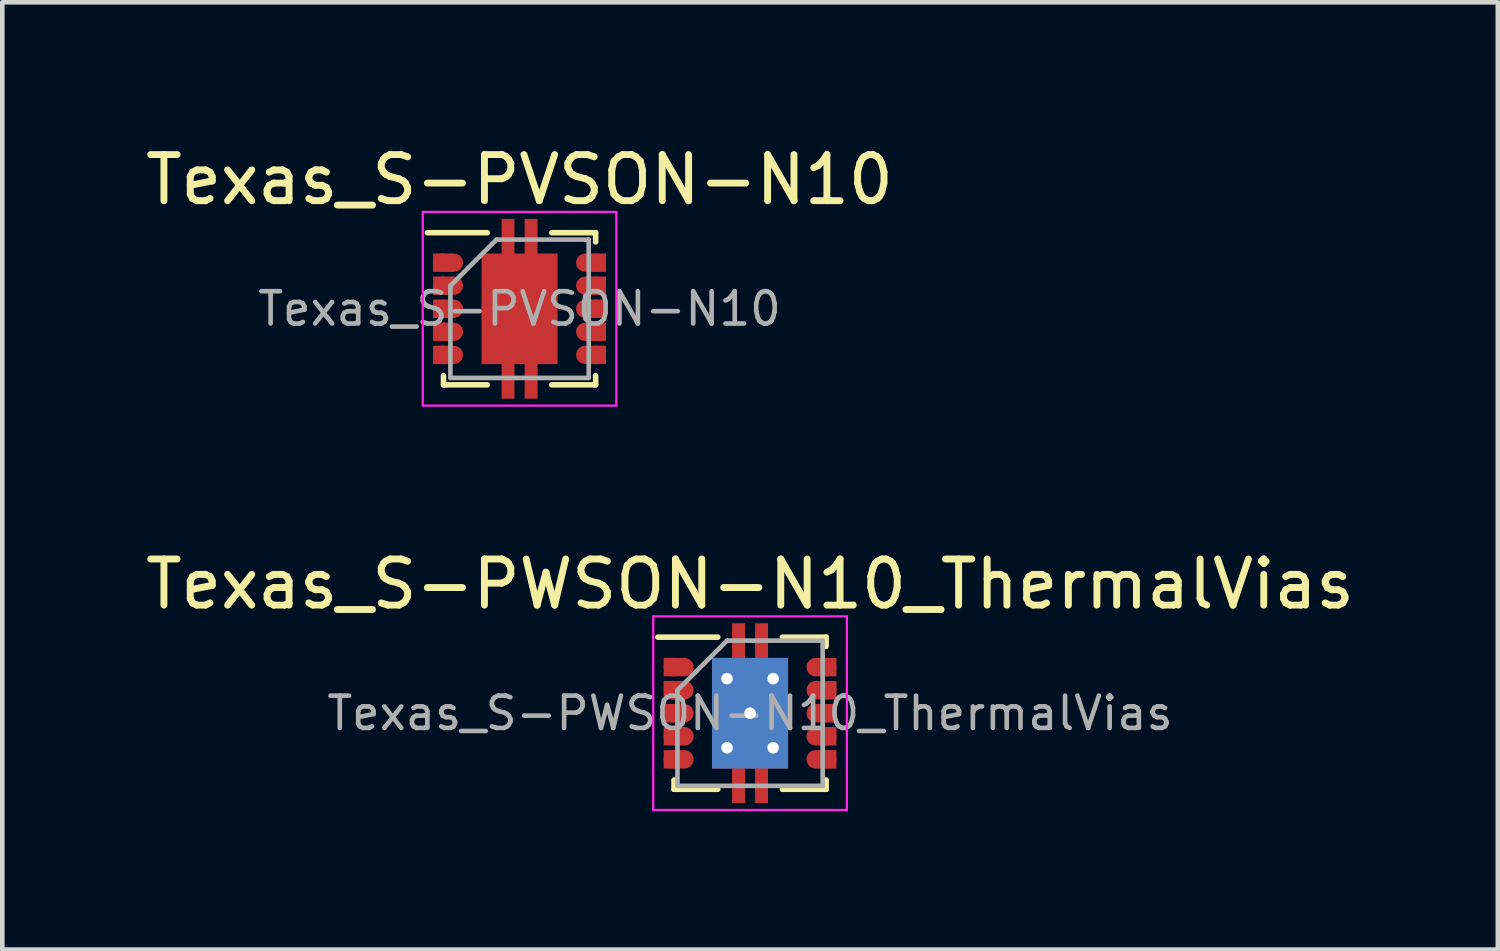
<source format=kicad_pcb>
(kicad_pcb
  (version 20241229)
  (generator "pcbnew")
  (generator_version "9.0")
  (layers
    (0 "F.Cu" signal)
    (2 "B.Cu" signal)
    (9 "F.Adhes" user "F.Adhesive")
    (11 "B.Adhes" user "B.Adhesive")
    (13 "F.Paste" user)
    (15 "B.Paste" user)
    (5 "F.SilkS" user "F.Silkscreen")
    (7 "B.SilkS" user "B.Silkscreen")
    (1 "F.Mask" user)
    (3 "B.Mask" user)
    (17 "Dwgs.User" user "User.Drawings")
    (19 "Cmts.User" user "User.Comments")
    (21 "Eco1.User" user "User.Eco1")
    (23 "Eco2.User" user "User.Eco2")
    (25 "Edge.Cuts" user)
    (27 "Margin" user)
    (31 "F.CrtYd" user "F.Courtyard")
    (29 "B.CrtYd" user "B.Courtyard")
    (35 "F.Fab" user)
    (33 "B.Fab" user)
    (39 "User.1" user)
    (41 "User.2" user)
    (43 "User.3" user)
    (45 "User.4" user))
  (footprint "Texas_S-PVSON-N10"
    (layer "F.Cu")
    (at 8.22 3.648)
    (property "Reference" "Texas_S-PVSON-N10" (at 0 -2.8 0) (layer "F.SilkS") (effects (font (size 1 1) (thickness 0.15))))
    (attr smd)
    (fp_line (start -2 -1.65) (end -0.7 -1.65) (stroke (width 0.12) (type solid)) (layer "F.SilkS"))
    (fp_line (start -1.65 1.65) (end -1.65 1.45) (stroke (width 0.12) (type solid)) (layer "F.SilkS"))
    (fp_line (start -1.65 1.65) (end -0.7 1.65) (stroke (width 0.12) (type solid)) (layer "F.SilkS"))
    (fp_line (start 0.7 -1.65) (end 1.65 -1.65) (stroke (width 0.12) (type solid)) (layer "F.SilkS"))
    (fp_line (start 0.7 1.65) (end 1.65 1.65) (stroke (width 0.12) (type solid)) (layer "F.SilkS"))
    (fp_line (start 1.65 -1.45) (end 1.65 -1.65) (stroke (width 0.12) (type solid)) (layer "F.SilkS"))
    (fp_line (start 1.65 1.45) (end 1.65 1.65) (stroke (width 0.12) (type solid)) (layer "F.SilkS"))
    (fp_line (start -2.1 -2.1) (end -2.1 2.1) (stroke (width 0.05) (type solid)) (layer "F.CrtYd"))
    (fp_line (start -2.1 -2.1) (end 2.1 -2.1) (stroke (width 0.05) (type solid)) (layer "F.CrtYd"))
    (fp_line (start -2.1 2.1) (end 2.1 2.1) (stroke (width 0.05) (type solid)) (layer "F.CrtYd"))
    (fp_line (start 2.1 -2.1) (end 2.1 2.1) (stroke (width 0.05) (type solid)) (layer "F.CrtYd"))
    (fp_line (start -1.5 1.5) (end -1.5 -0.5) (stroke (width 0.1) (type solid)) (layer "F.Fab"))
    (fp_line (start -0.5 -1.5) (end -1.5 -0.5) (stroke (width 0.1) (type solid)) (layer "F.Fab"))
    (fp_line (start -0.5 -1.5) (end 1.5 -1.5) (stroke (width 0.1) (type solid)) (layer "F.Fab"))
    (fp_line (start 1.5 -1.5) (end 1.5 1.5) (stroke (width 0.1) (type solid)) (layer "F.Fab"))
    (fp_line (start 1.5 1.5) (end -1.5 1.5) (stroke (width 0.1) (type solid)) (layer "F.Fab"))
    (fp_text user "${REFERENCE}" (at 0 0 0) (layer "F.Fab") (effects (font (size 0.7 0.7) (thickness 0.1))))
    (pad "1" smd rect (at -1.75 -1) (size 0.25 0.4) (layers "F.Cu" "F.Mask" "F.Paste"))
    (pad "1" smd roundrect (at -1.55 -1) (size 0.65 0.4) (layers "F.Cu" "F.Mask" "F.Paste") (roundrect_rratio 0.5))
    (pad "2" smd rect (at -1.75 -0.5) (size 0.25 0.4) (layers "F.Cu" "F.Mask" "F.Paste"))
    (pad "2" smd roundrect (at -1.55 -0.5) (size 0.65 0.4) (layers "F.Cu" "F.Mask" "F.Paste") (roundrect_rratio 0.5))
    (pad "3" smd rect (at -1.75 0) (size 0.25 0.4) (layers "F.Cu" "F.Mask" "F.Paste"))
    (pad "3" smd roundrect (at -1.55 0) (size 0.65 0.4) (layers "F.Cu" "F.Mask" "F.Paste") (roundrect_rratio 0.5))
    (pad "4" smd rect (at -1.75 0.5) (size 0.25 0.4) (layers "F.Cu" "F.Mask" "F.Paste"))
    (pad "4" smd roundrect (at -1.55 0.5) (size 0.65 0.4) (layers "F.Cu" "F.Mask" "F.Paste") (roundrect_rratio 0.5))
    (pad "5" smd rect (at -1.75 1) (size 0.25 0.4) (layers "F.Cu" "F.Mask" "F.Paste"))
    (pad "5" smd roundrect (at -1.55 1) (size 0.65 0.4) (layers "F.Cu" "F.Mask" "F.Paste") (roundrect_rratio 0.5))
    (pad "6" smd roundrect (at 1.55 1) (size 0.65 0.4) (layers "F.Cu" "F.Mask" "F.Paste") (roundrect_rratio 0.5))
    (pad "6" smd rect (at 1.75 1) (size 0.25 0.4) (layers "F.Cu" "F.Mask" "F.Paste"))
    (pad "7" smd roundrect (at 1.55 0.5) (size 0.65 0.4) (layers "F.Cu" "F.Mask" "F.Paste") (roundrect_rratio 0.5))
    (pad "7" smd rect (at 1.75 0.5) (size 0.25 0.4) (layers "F.Cu" "F.Mask" "F.Paste"))
    (pad "8" smd roundrect (at 1.55 0) (size 0.65 0.4) (layers "F.Cu" "F.Mask" "F.Paste") (roundrect_rratio 0.5))
    (pad "8" smd rect (at 1.75 0) (size 0.25 0.4) (layers "F.Cu" "F.Mask" "F.Paste"))
    (pad "9" smd roundrect (at 1.55 -0.5) (size 0.65 0.4) (layers "F.Cu" "F.Mask" "F.Paste") (roundrect_rratio 0.5))
    (pad "9" smd rect (at 1.75 -0.5) (size 0.25 0.4) (layers "F.Cu" "F.Mask" "F.Paste"))
    (pad "10" smd roundrect (at 1.55 -1) (size 0.65 0.4) (layers "F.Cu" "F.Mask" "F.Paste") (roundrect_rratio 0.5))
    (pad "10" smd rect (at 1.75 -1) (size 0.25 0.4) (layers "F.Cu" "F.Mask" "F.Paste"))
    (pad "11" smd rect (at -0.45 -0.635) (size 0.68 1.05) (layers "F.Cu" "F.Mask" "F.Paste"))
    (pad "11" smd rect (at -0.45 0.635) (size 0.68 1.05) (layers "F.Cu" "F.Mask" "F.Paste"))
    (pad "11" smd rect (at -0.25 -1.55) (size 0.26 0.5) (layers "F.Cu" "F.Mask" "F.Paste"))
    (pad "11" smd rect (at -0.25 -1.55) (size 0.28 0.8) (layers "F.Cu" "F.Mask"))
    (pad "11" smd rect (at -0.25 1.55) (size 0.26 0.5) (layers "F.Cu" "F.Mask" "F.Paste"))
    (pad "11" smd rect (at -0.25 1.55) (size 0.28 0.8) (layers "F.Cu" "F.Mask"))
    (pad "11" smd rect (at 0 0) (size 1.65 2.4) (layers "F.Cu" "F.Mask"))
    (pad "11" smd rect (at 0.25 -1.55) (size 0.26 0.5) (layers "F.Cu" "F.Mask" "F.Paste"))
    (pad "11" smd rect (at 0.25 -1.55) (size 0.28 0.8) (layers "F.Cu" "F.Mask"))
    (pad "11" smd rect (at 0.25 1.55) (size 0.26 0.5) (layers "F.Cu" "F.Mask" "F.Paste"))
    (pad "11" smd rect (at 0.25 1.55) (size 0.28 0.8) (layers "F.Cu" "F.Mask"))
    (pad "11" smd rect (at 0.45 -0.635) (size 0.68 1.05) (layers "F.Cu" "F.Mask" "F.Paste"))
    (pad "11" smd rect (at 0.45 0.635) (size 0.68 1.05) (layers "F.Cu" "F.Mask" "F.Paste")))
  (footprint "Texas_S-PWSON-N10_ThermalVias"
    (layer "F.Cu")
    (at 13.22 12.421)
    (property "Reference" "Texas_S-PWSON-N10_ThermalVias" (at 0 -2.8 0) (layer "F.SilkS") (effects (font (size 1 1) (thickness 0.15))))
    (attr smd)
    (fp_line (start -2 -1.65) (end -0.7 -1.65) (stroke (width 0.12) (type solid)) (layer "F.SilkS"))
    (fp_line (start -1.65 1.65) (end -1.65 1.45) (stroke (width 0.12) (type solid)) (layer "F.SilkS"))
    (fp_line (start -1.65 1.65) (end -0.7 1.65) (stroke (width 0.12) (type solid)) (layer "F.SilkS"))
    (fp_line (start 0.7 -1.65) (end 1.65 -1.65) (stroke (width 0.12) (type solid)) (layer "F.SilkS"))
    (fp_line (start 0.7 1.65) (end 1.65 1.65) (stroke (width 0.12) (type solid)) (layer "F.SilkS"))
    (fp_line (start 1.65 -1.45) (end 1.65 -1.65) (stroke (width 0.12) (type solid)) (layer "F.SilkS"))
    (fp_line (start 1.65 1.45) (end 1.65 1.65) (stroke (width 0.12) (type solid)) (layer "F.SilkS"))
    (fp_line (start -2.1 -2.1) (end -2.1 2.1) (stroke (width 0.05) (type solid)) (layer "F.CrtYd"))
    (fp_line (start -2.1 -2.1) (end 2.1 -2.1) (stroke (width 0.05) (type solid)) (layer "F.CrtYd"))
    (fp_line (start -2.1 2.1) (end 2.1 2.1) (stroke (width 0.05) (type solid)) (layer "F.CrtYd"))
    (fp_line (start 2.1 -2.1) (end 2.1 2.1) (stroke (width 0.05) (type solid)) (layer "F.CrtYd"))
    (fp_line (start -1.575 1.575) (end -1.575 -0.5) (stroke (width 0.1) (type solid)) (layer "F.Fab"))
    (fp_line (start -0.5 -1.575) (end -1.575 -0.5) (stroke (width 0.1) (type solid)) (layer "F.Fab"))
    (fp_line (start -0.5 -1.575) (end 1.575 -1.575) (stroke (width 0.1) (type solid)) (layer "F.Fab"))
    (fp_line (start 1.575 -1.575) (end 1.575 1.575) (stroke (width 0.1) (type solid)) (layer "F.Fab"))
    (fp_line (start 1.575 1.575) (end -1.575 1.575) (stroke (width 0.1) (type solid)) (layer "F.Fab"))
    (fp_text user "${REFERENCE}" (at 0 0 0) (layer "F.Fab") (effects (font (size 0.7 0.7) (thickness 0.1))))
    (pad "1" smd rect (at -1.75 -1) (size 0.25 0.4) (layers "F.Cu" "F.Mask" "F.Paste"))
    (pad "1" smd oval (at -1.55 -1) (size 0.65 0.4) (layers "F.Cu" "F.Mask" "F.Paste"))
    (pad "2" smd rect (at -1.75 -0.5) (size 0.25 0.4) (layers "F.Cu" "F.Mask" "F.Paste"))
    (pad "2" smd oval (at -1.55 -0.5) (size 0.65 0.4) (layers "F.Cu" "F.Mask" "F.Paste"))
    (pad "3" smd rect (at -1.75 0) (size 0.25 0.4) (layers "F.Cu" "F.Mask" "F.Paste"))
    (pad "3" smd oval (at -1.55 0) (size 0.65 0.4) (layers "F.Cu" "F.Mask" "F.Paste"))
    (pad "4" smd rect (at -1.75 0.5) (size 0.25 0.4) (layers "F.Cu" "F.Mask" "F.Paste"))
    (pad "4" smd oval (at -1.55 0.5) (size 0.65 0.4) (layers "F.Cu" "F.Mask" "F.Paste"))
    (pad "5" smd rect (at -1.75 1) (size 0.25 0.4) (layers "F.Cu" "F.Mask" "F.Paste"))
    (pad "5" smd oval (at -1.55 1) (size 0.65 0.4) (layers "F.Cu" "F.Mask" "F.Paste"))
    (pad "6" smd oval (at 1.55 1) (size 0.65 0.4) (layers "F.Cu" "F.Mask" "F.Paste"))
    (pad "6" smd rect (at 1.75 1) (size 0.25 0.4) (layers "F.Cu" "F.Mask" "F.Paste"))
    (pad "7" smd oval (at 1.55 0.5) (size 0.65 0.4) (layers "F.Cu" "F.Mask" "F.Paste"))
    (pad "7" smd rect (at 1.75 0.5) (size 0.25 0.4) (layers "F.Cu" "F.Mask" "F.Paste"))
    (pad "8" smd oval (at 1.55 0) (size 0.65 0.4) (layers "F.Cu" "F.Mask" "F.Paste"))
    (pad "8" smd rect (at 1.75 0) (size 0.25 0.4) (layers "F.Cu" "F.Mask" "F.Paste"))
    (pad "9" smd oval (at 1.55 -0.5) (size 0.65 0.4) (layers "F.Cu" "F.Mask" "F.Paste"))
    (pad "9" smd rect (at 1.75 -0.5) (size 0.25 0.4) (layers "F.Cu" "F.Mask" "F.Paste"))
    (pad "10" smd oval (at 1.55 -1) (size 0.65 0.4) (layers "F.Cu" "F.Mask" "F.Paste"))
    (pad "10" smd rect (at 1.75 -1) (size 0.25 0.4) (layers "F.Cu" "F.Mask" "F.Paste"))
    (pad "11" thru_hole circle (at -0.5 -0.75) (size 0.6 0.6) (drill 0.25) (layers "*.Cu" "*.Mask"))
    (pad "11" thru_hole circle (at -0.5 0.75) (size 0.6 0.6) (drill 0.25) (layers "*.Cu" "*.Mask"))
    (pad "11" smd rect (at -0.45 -0.635) (size 0.68 1.05) (layers "F.Cu" "F.Mask" "F.Paste"))
    (pad "11" smd rect (at -0.45 0.635) (size 0.68 1.05) (layers "F.Cu" "F.Mask" "F.Paste"))
    (pad "11" smd rect (at -0.25 -1.55) (size 0.26 0.5) (layers "F.Cu" "F.Mask" "F.Paste"))
    (pad "11" smd rect (at -0.25 -1.55) (size 0.28 0.8) (layers "F.Cu" "F.Mask"))
    (pad "11" smd rect (at -0.25 1.55) (size 0.26 0.5) (layers "F.Cu" "F.Mask" "F.Paste"))
    (pad "11" smd rect (at -0.25 1.55) (size 0.28 0.8) (layers "F.Cu" "F.Mask"))
    (pad "11" smd rect (at -0.001 0) (size 1.65 2.4) (layers "B.Cu" "B.Mask"))
    (pad "11" thru_hole circle (at 0 0) (size 0.6 0.6) (drill 0.25) (layers "*.Cu" "*.Mask"))
    (pad "11" smd rect (at 0 0) (size 1.65 2.4) (layers "F.Cu" "F.Mask"))
    (pad "11" smd rect (at 0.25 -1.55) (size 0.26 0.5) (layers "F.Cu" "F.Mask" "F.Paste"))
    (pad "11" smd rect (at 0.25 -1.55) (size 0.28 0.8) (layers "F.Cu" "F.Mask"))
    (pad "11" smd rect (at 0.25 1.55) (size 0.26 0.5) (layers "F.Cu" "F.Mask" "F.Paste"))
    (pad "11" smd rect (at 0.25 1.55) (size 0.28 0.8) (layers "F.Cu" "F.Mask"))
    (pad "11" smd rect (at 0.45 -0.635) (size 0.68 1.05) (layers "F.Cu" "F.Mask" "F.Paste"))
    (pad "11" smd rect (at 0.45 0.635) (size 0.68 1.05) (layers "F.Cu" "F.Mask" "F.Paste"))
    (pad "11" thru_hole circle (at 0.5 -0.75) (size 0.6 0.6) (drill 0.25) (layers "*.Cu" "*.Mask"))
    (pad "11" thru_hole circle (at 0.5 0.75) (size 0.6 0.6) (drill 0.25) (layers "*.Cu" "*.Mask")))
  (gr_rect
    (start -3 -3)
    (end 29.44 17.547)
    (stroke (width 0.1) (type default))
    (fill no)
    (layer "Edge.Cuts")))
</source>
